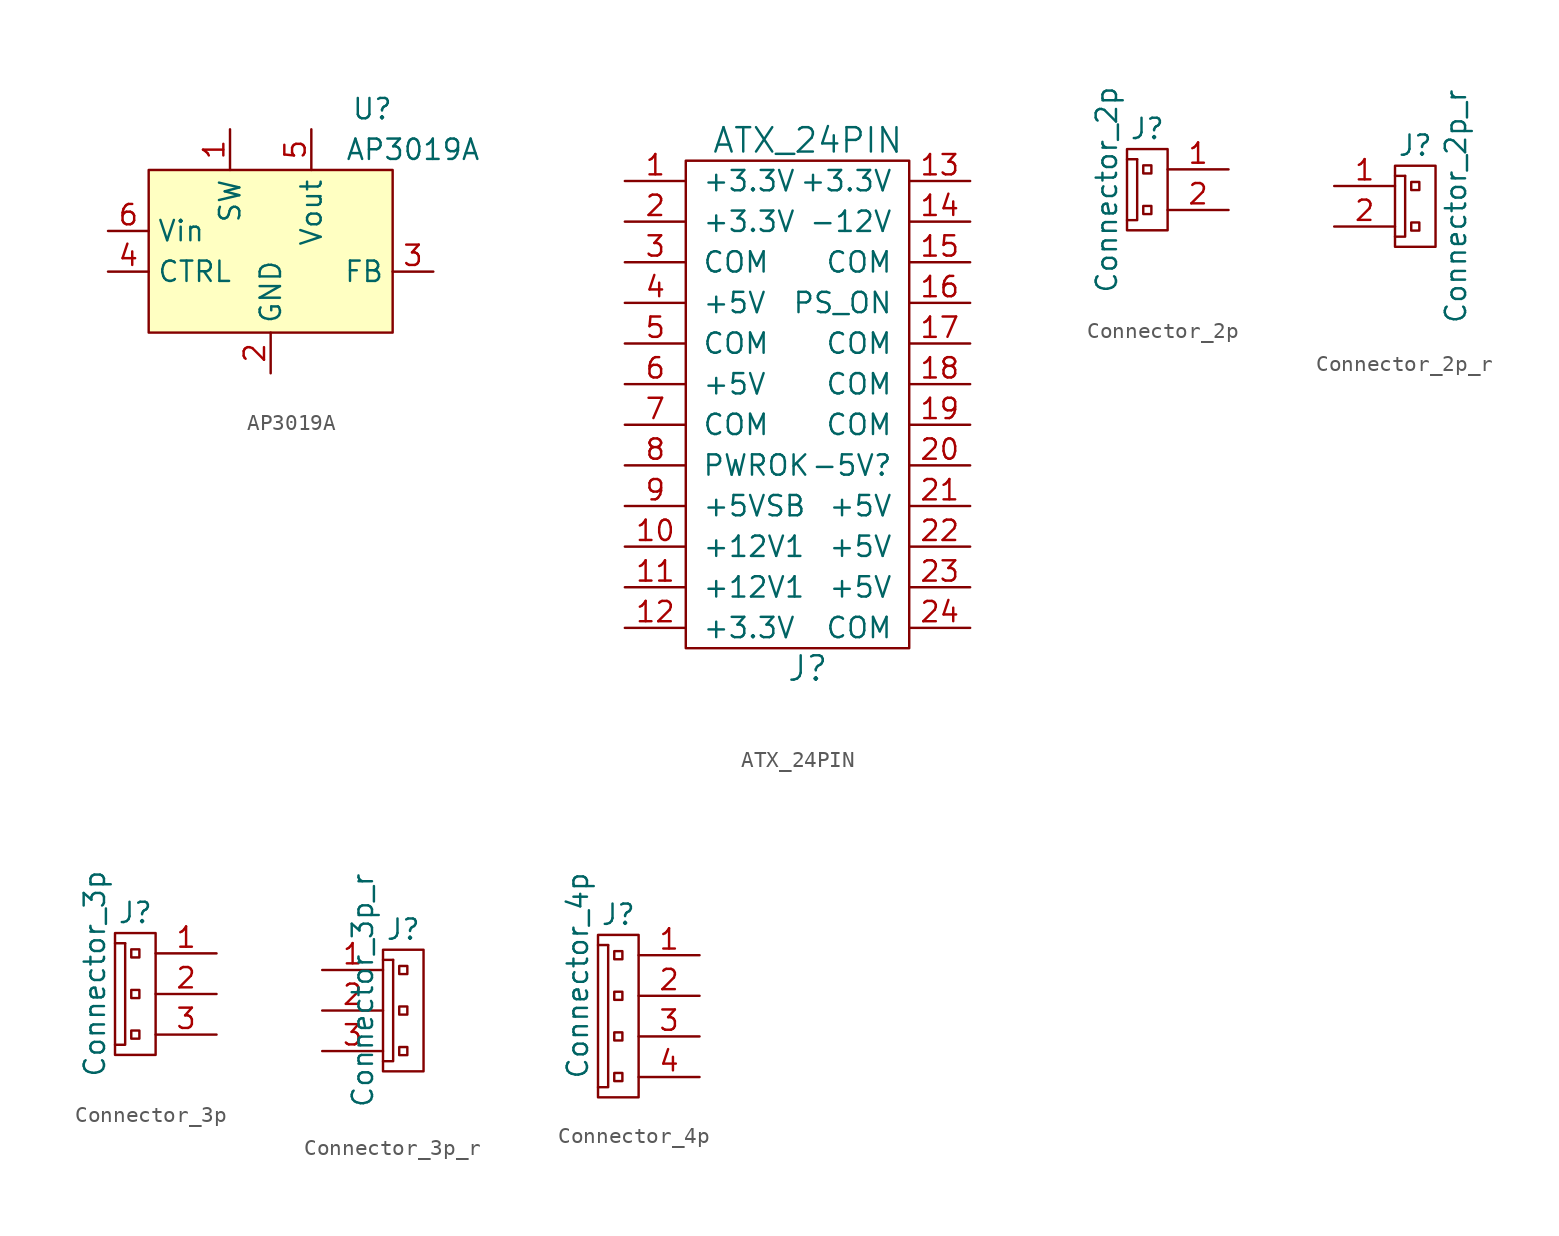
<source format=kicad_sym>
(kicad_symbol_lib
  (version 20211014)
  (generator kicad_symbol_editor)
  (symbol "AP3019A"
    (property "Reference" "U"
      (at 6.35 8.89 0)
      (effects (font (size 1.27 1.27))))
    (property "Value" "AP3019A"
      (at 8.89 6.35 0)
      (effects (font (size 1.27 1.27))))
    (symbol "AP3019A_0_1"
      (rectangle (start -7.62 5.08) (end 7.62 -5.08) (stroke (width 0.152) (type default) (color 0 0 0 0)) (fill (type background))))
    (symbol "AP3019A_1_1"
      (pin input line (at -2.54 7.62 270) (length 2.54) (name "SW" (effects (font (size 1.27 1.27)))) (number "1" (effects (font (size 1.27 1.27)))))
      (pin power_in line (at 0 -7.62 90) (length 2.54) (name "GND" (effects (font (size 1.27 1.27)))) (number "2" (effects (font (size 1.27 1.27)))))
      (pin output line (at 10.16 -1.27 180) (length 2.54) (name "FB" (effects (font (size 1.27 1.27)))) (number "3" (effects (font (size 1.27 1.27)))))
      (pin input line (at -10.16 -1.27 0) (length 2.54) (name "CTRL" (effects (font (size 1.27 1.27)))) (number "4" (effects (font (size 1.27 1.27)))))
      (pin power_out line (at 2.54 7.62 270) (length 2.54) (name "Vout" (effects (font (size 1.27 1.27)))) (number "5" (effects (font (size 1.27 1.27)))))
      (pin power_in line (at -10.16 1.27 0) (length 2.54) (name "Vin" (effects (font (size 1.27 1.27)))) (number "6" (effects (font (size 1.27 1.27)))))))
  (symbol "ATX_24PIN"
    (pin_names
      (offset 1.016))
    (property "Reference" "J"
      (at 0 -16.51 0)
      (effects (font (size 1.524 1.524))))
    (property "Value" "ATX_24PIN"
      (at 0 16.51 0)
      (effects (font (size 1.524 1.524))))
    (symbol "ATX_24PIN_0_1"
      (rectangle (start -7.62 15.24) (end 6.35 -15.24) (stroke (width 0) (type default) (color 0 0 0 0)) (fill (type none))))
    (symbol "ATX_24PIN_1_1"
      (pin power_out line (at -11.43 13.97 0) (length 3.81) (name "+3.3V" (effects (font (size 1.27 1.27)))) (number "1" (effects (font (size 1.27 1.27)))))
      (pin power_out line (at -11.43 -8.89 0) (length 3.81) (name "+12V1" (effects (font (size 1.27 1.27)))) (number "10" (effects (font (size 1.27 1.27)))))
      (pin power_out line (at -11.43 -11.43 0) (length 3.81) (name "+12V1" (effects (font (size 1.27 1.27)))) (number "11" (effects (font (size 1.27 1.27)))))
      (pin power_out line (at -11.43 -13.97 0) (length 3.81) (name "+3.3V" (effects (font (size 1.27 1.27)))) (number "12" (effects (font (size 1.27 1.27)))))
      (pin power_out line (at 10.16 13.97 180) (length 3.81) (name "+3.3V" (effects (font (size 1.27 1.27)))) (number "13" (effects (font (size 1.27 1.27)))))
      (pin power_out line (at 10.16 11.43 180) (length 3.81) (name "-12V" (effects (font (size 1.27 1.27)))) (number "14" (effects (font (size 1.27 1.27)))))
      (pin power_out line (at 10.16 8.89 180) (length 3.81) (name "COM" (effects (font (size 1.27 1.27)))) (number "15" (effects (font (size 1.27 1.27)))))
      (pin input line (at 10.16 6.35 180) (length 3.81) (name "PS_ON" (effects (font (size 1.27 1.27)))) (number "16" (effects (font (size 1.27 1.27)))))
      (pin power_out line (at 10.16 3.81 180) (length 3.81) (name "COM" (effects (font (size 1.27 1.27)))) (number "17" (effects (font (size 1.27 1.27)))))
      (pin power_out line (at 10.16 1.27 180) (length 3.81) (name "COM" (effects (font (size 1.27 1.27)))) (number "18" (effects (font (size 1.27 1.27)))))
      (pin power_out line (at 10.16 -1.27 180) (length 3.81) (name "COM" (effects (font (size 1.27 1.27)))) (number "19" (effects (font (size 1.27 1.27)))))
      (pin power_out line (at -11.43 11.43 0) (length 3.81) (name "+3.3V" (effects (font (size 1.27 1.27)))) (number "2" (effects (font (size 1.27 1.27)))))
      (pin power_out line (at 10.16 -3.81 180) (length 3.81) (name "-5V?" (effects (font (size 1.27 1.27)))) (number "20" (effects (font (size 1.27 1.27)))))
      (pin power_out line (at 10.16 -6.35 180) (length 3.81) (name "+5V" (effects (font (size 1.27 1.27)))) (number "21" (effects (font (size 1.27 1.27)))))
      (pin power_out line (at 10.16 -8.89 180) (length 3.81) (name "+5V" (effects (font (size 1.27 1.27)))) (number "22" (effects (font (size 1.27 1.27)))))
      (pin power_out line (at 10.16 -11.43 180) (length 3.81) (name "+5V" (effects (font (size 1.27 1.27)))) (number "23" (effects (font (size 1.27 1.27)))))
      (pin power_out line (at 10.16 -13.97 180) (length 3.81) (name "COM" (effects (font (size 1.27 1.27)))) (number "24" (effects (font (size 1.27 1.27)))))
      (pin power_out line (at -11.43 8.89 0) (length 3.81) (name "COM" (effects (font (size 1.27 1.27)))) (number "3" (effects (font (size 1.27 1.27)))))
      (pin power_out line (at -11.43 6.35 0) (length 3.81) (name "+5V" (effects (font (size 1.27 1.27)))) (number "4" (effects (font (size 1.27 1.27)))))
      (pin power_out line (at -11.43 3.81 0) (length 3.81) (name "COM" (effects (font (size 1.27 1.27)))) (number "5" (effects (font (size 1.27 1.27)))))
      (pin power_out line (at -11.43 1.27 0) (length 3.81) (name "+5V" (effects (font (size 1.27 1.27)))) (number "6" (effects (font (size 1.27 1.27)))))
      (pin power_out line (at -11.43 -1.27 0) (length 3.81) (name "COM" (effects (font (size 1.27 1.27)))) (number "7" (effects (font (size 1.27 1.27)))))
      (pin output line (at -11.43 -3.81 0) (length 3.81) (name "PWROK" (effects (font (size 1.27 1.27)))) (number "8" (effects (font (size 1.27 1.27)))))
      (pin power_out line (at -11.43 -6.35 0) (length 3.81) (name "+5VSB" (effects (font (size 1.27 1.27)))) (number "9" (effects (font (size 1.27 1.27)))))))
  (symbol "Connector_2p"
    (pin_names
      (offset 1.016) hide)
    (property "Reference" "J"
      (at 0 3.81 0)
      (effects (font (size 1.27 1.27))))
    (property "Value" "Connector_2p"
      (at -2.54 0 90)
      (effects (font (size 1.27 1.27))))
    (property "Datasheet" ""
      (at 3.81 -3.81 0)
      (effects (font (size 1.27 1.27))))
    (symbol "Connector_2p_0_1"
      (rectangle (start -1.27 2.54) (end 1.27 -2.54) (stroke (width 0) (type default) (color 0 0 0 0)) (fill (type none)))
      (polyline (pts (xy -0.635 1.905) (xy -1.27 1.905)) (stroke (width 0.152) (type default) (color 0 0 0 0)) (fill (type none)))
      (polyline (pts (xy -1.27 -1.905) (xy -0.635 -1.905) (xy -0.635 1.905)) (stroke (width 0.152) (type default) (color 0 0 0 0)) (fill (type none)))
      (rectangle (start 0.254 -1.016) (end -0.254 -1.524) (stroke (width 0.152) (type default) (color 0 0 0 0)) (fill (type none)))
      (rectangle (start 0.254 1.524) (end -0.254 1.016) (stroke (width 0.152) (type default) (color 0 0 0 0)) (fill (type none))))
    (symbol "Connector_2p_1_1"
      (pin passive line (at 5.08 1.27 180) (length 3.81) (name "P1" (effects (font (size 1.27 1.27)))) (number "1" (effects (font (size 1.27 1.27)))))
      (pin passive line (at 5.08 -1.27 180) (length 3.81) (name "P2" (effects (font (size 1.27 1.27)))) (number "2" (effects (font (size 1.27 1.27)))))))
  (symbol "Connector_2p_r"
    (pin_names
      (offset 1.016) hide)
    (property "Reference" "J"
      (at 0 3.81 0)
      (effects (font (size 1.27 1.27))))
    (property "Value" "Connector_2p_r"
      (at 2.54 0 90)
      (effects (font (size 1.27 1.27))))
    (property "Datasheet" ""
      (at 3.81 -3.81 0)
      (effects (font (size 1.27 1.27))))
    (symbol "Connector_2p_r_0_1"
      (rectangle (start -1.27 2.54) (end 1.27 -2.54) (stroke (width 0) (type default) (color 0 0 0 0)) (fill (type none)))
      (polyline (pts (xy -0.635 1.905) (xy -1.27 1.905)) (stroke (width 0.152) (type default) (color 0 0 0 0)) (fill (type none)))
      (polyline (pts (xy -1.27 -1.905) (xy -0.635 -1.905) (xy -0.635 1.905)) (stroke (width 0.152) (type default) (color 0 0 0 0)) (fill (type none)))
      (rectangle (start 0.254 -1.016) (end -0.254 -1.524) (stroke (width 0.152) (type default) (color 0 0 0 0)) (fill (type none)))
      (rectangle (start 0.254 1.524) (end -0.254 1.016) (stroke (width 0.152) (type default) (color 0 0 0 0)) (fill (type none))))
    (symbol "Connector_2p_r_1_1"
      (pin passive line (at -5.08 1.27 0) (length 3.81) (name "P1" (effects (font (size 1.27 1.27)))) (number "1" (effects (font (size 1.27 1.27)))))
      (pin passive line (at -5.08 -1.27 0) (length 3.81) (name "P2" (effects (font (size 1.27 1.27)))) (number "2" (effects (font (size 1.27 1.27)))))))
  (symbol "Connector_3p"
    (pin_names
      (offset 1.016) hide)
    (property "Reference" "J"
      (at 0 5.08 0)
      (effects (font (size 1.27 1.27))))
    (property "Value" "Connector_3p"
      (at -2.54 1.27 90)
      (effects (font (size 1.27 1.27))))
    (property "Datasheet" ""
      (at 3.81 -2.54 0)
      (effects (font (size 1.27 1.27))))
    (symbol "Connector_3p_0_1"
      (rectangle (start -1.27 3.81) (end 1.27 -3.81) (stroke (width 0) (type default) (color 0 0 0 0)) (fill (type none)))
      (polyline (pts (xy -0.635 3.175) (xy -1.27 3.175)) (stroke (width 0.152) (type default) (color 0 0 0 0)) (fill (type none)))
      (polyline (pts (xy -1.27 -3.175) (xy -0.635 -3.175) (xy -0.635 3.175)) (stroke (width 0.152) (type default) (color 0 0 0 0)) (fill (type none)))
      (rectangle (start 0.254 -2.286) (end -0.254 -2.794) (stroke (width 0.152) (type default) (color 0 0 0 0)) (fill (type none)))
      (rectangle (start 0.254 0.254) (end -0.254 -0.254) (stroke (width 0.152) (type default) (color 0 0 0 0)) (fill (type none)))
      (rectangle (start 0.254 2.794) (end -0.254 2.286) (stroke (width 0.152) (type default) (color 0 0 0 0)) (fill (type none))))
    (symbol "Connector_3p_1_1"
      (pin passive line (at 5.08 2.54 180) (length 3.81) (name "P1" (effects (font (size 1.27 1.27)))) (number "1" (effects (font (size 1.27 1.27)))))
      (pin passive line (at 5.08 0 180) (length 3.81) (name "P2" (effects (font (size 1.27 1.27)))) (number "2" (effects (font (size 1.27 1.27)))))
      (pin passive line (at 5.08 -2.54 180) (length 3.81) (name "P3" (effects (font (size 1.27 1.27)))) (number "3" (effects (font (size 1.27 1.27)))))))
  (symbol "Connector_3p_r"
    (pin_names
      (offset 1.016) hide)
    (property "Reference" "J"
      (at 0 5.08 0)
      (effects (font (size 1.27 1.27))))
    (property "Value" "Connector_3p_r"
      (at -2.54 1.27 90)
      (effects (font (size 1.27 1.27))))
    (property "Datasheet" ""
      (at 3.81 -2.54 0)
      (effects (font (size 1.27 1.27))))
    (symbol "Connector_3p_r_0_1"
      (rectangle (start -1.27 3.81) (end 1.27 -3.81) (stroke (width 0) (type default) (color 0 0 0 0)) (fill (type none)))
      (polyline (pts (xy -0.635 3.175) (xy -1.27 3.175)) (stroke (width 0.152) (type default) (color 0 0 0 0)) (fill (type none)))
      (polyline (pts (xy -1.27 -3.175) (xy -0.635 -3.175) (xy -0.635 3.175)) (stroke (width 0.152) (type default) (color 0 0 0 0)) (fill (type none)))
      (rectangle (start 0.254 -2.286) (end -0.254 -2.794) (stroke (width 0.152) (type default) (color 0 0 0 0)) (fill (type none)))
      (rectangle (start 0.254 0.254) (end -0.254 -0.254) (stroke (width 0.152) (type default) (color 0 0 0 0)) (fill (type none)))
      (rectangle (start 0.254 2.794) (end -0.254 2.286) (stroke (width 0.152) (type default) (color 0 0 0 0)) (fill (type none))))
    (symbol "Connector_3p_r_1_1"
      (pin passive line (at -5.08 2.54 0) (length 3.81) (name "P1" (effects (font (size 1.27 1.27)))) (number "1" (effects (font (size 1.27 1.27)))))
      (pin passive line (at -5.08 0 0) (length 3.81) (name "P2" (effects (font (size 1.27 1.27)))) (number "2" (effects (font (size 1.27 1.27)))))
      (pin passive line (at -5.08 -2.54 0) (length 3.81) (name "P3" (effects (font (size 1.27 1.27)))) (number "3" (effects (font (size 1.27 1.27)))))))
  (symbol "Connector_4p"
    (pin_names
      (offset 1.016) hide)
    (property "Reference" "J"
      (at 0 6.35 0)
      (effects (font (size 1.27 1.27))))
    (property "Value" "Connector_4p"
      (at -2.54 2.54 90)
      (effects (font (size 1.27 1.27))))
    (property "Datasheet" ""
      (at 3.81 -1.27 0)
      (effects (font (size 1.27 1.27))))
    (symbol "Connector_4p_0_1"
      (rectangle (start -1.27 5.08) (end 1.27 -5.08) (stroke (width 0) (type default) (color 0 0 0 0)) (fill (type none)))
      (polyline (pts (xy -0.635 4.445) (xy -1.27 4.445)) (stroke (width 0.152) (type default) (color 0 0 0 0)) (fill (type none)))
      (polyline (pts (xy -1.27 -4.445) (xy -0.635 -4.445) (xy -0.635 4.445)) (stroke (width 0.152) (type default) (color 0 0 0 0)) (fill (type none)))
      (rectangle (start 0.254 -3.556) (end -0.254 -4.064) (stroke (width 0.152) (type default) (color 0 0 0 0)) (fill (type none)))
      (rectangle (start 0.254 -1.016) (end -0.254 -1.524) (stroke (width 0.152) (type default) (color 0 0 0 0)) (fill (type none)))
      (rectangle (start 0.254 1.524) (end -0.254 1.016) (stroke (width 0.152) (type default) (color 0 0 0 0)) (fill (type none)))
      (rectangle (start 0.254 4.064) (end -0.254 3.556) (stroke (width 0.152) (type default) (color 0 0 0 0)) (fill (type none))))
    (symbol "Connector_4p_1_1"
      (pin passive line (at 5.08 3.81 180) (length 3.81) (name "P1" (effects (font (size 1.27 1.27)))) (number "1" (effects (font (size 1.27 1.27)))))
      (pin passive line (at 5.08 1.27 180) (length 3.81) (name "P2" (effects (font (size 1.27 1.27)))) (number "2" (effects (font (size 1.27 1.27)))))
      (pin passive line (at 5.08 -1.27 180) (length 3.81) (name "P3" (effects (font (size 1.27 1.27)))) (number "3" (effects (font (size 1.27 1.27)))))
      (pin passive line (at 5.08 -3.81 180) (length 3.81) (name "P4" (effects (font (size 1.27 1.27)))) (number "4" (effects (font (size 1.27 1.27))))))))
</source>
